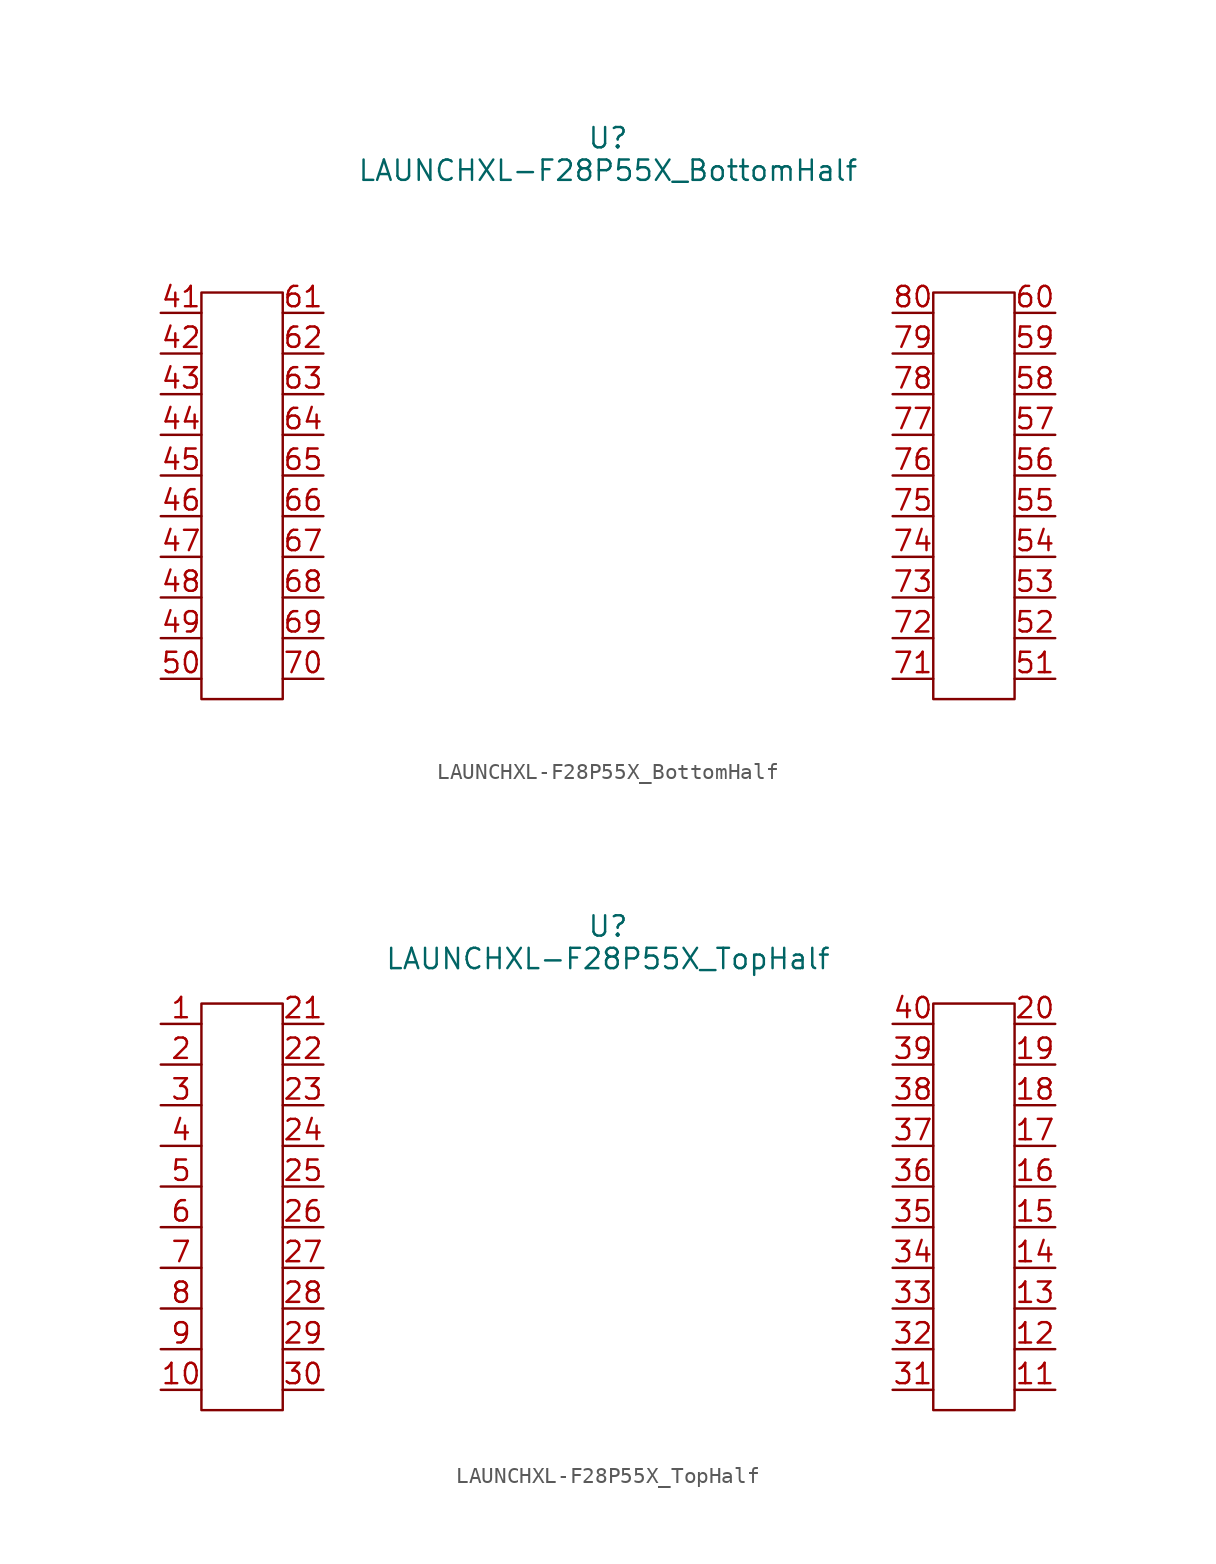
<source format=kicad_sym>
(kicad_symbol_lib
  (version 20241209)
  (generator "kicad_symbol_editor")
  (generator_version "9.0")
  (symbol "LAUNCHXL-F28P55X_BottomHalf"
    (property "Reference" "U"
      (at 0 16.002 0)
      (effects (font (size 1.27 1.27))))
    (property "Value" "LAUNCHXL-F28P55X_BottomHalf"
      (at 0 13.97 0)
      (effects (font (size 1.27 1.27))))
    (symbol "LAUNCHXL-F28P55X_BottomHalf_0_1"
      (rectangle (start -25.4 6.35) (end -20.32 -19.05) (stroke (width 0) (type default)) (fill (type none)))
      (rectangle (start 20.32 6.35) (end 25.4 -19.05) (stroke (width 0) (type default)) (fill (type none))))
    (symbol "LAUNCHXL-F28P55X_BottomHalf_1_1"
      (pin bidirectional line (at -27.94 5.08 0) (length 2.54) (name "" (effects (font (size 1.27 1.27)))) (number "41" (effects (font (size 1.27 1.27)))))
      (pin bidirectional line (at -27.94 2.54 0) (length 2.54) (name "" (effects (font (size 1.27 1.27)))) (number "42" (effects (font (size 1.27 1.27)))))
      (pin bidirectional line (at -27.94 0 0) (length 2.54) (name "" (effects (font (size 1.27 1.27)))) (number "43" (effects (font (size 1.27 1.27)))))
      (pin bidirectional line (at -27.94 -2.54 0) (length 2.54) (name "" (effects (font (size 1.27 1.27)))) (number "44" (effects (font (size 1.27 1.27)))))
      (pin bidirectional line (at -27.94 -5.08 0) (length 2.54) (name "" (effects (font (size 1.27 1.27)))) (number "45" (effects (font (size 1.27 1.27)))))
      (pin bidirectional line (at -27.94 -7.62 0) (length 2.54) (name "" (effects (font (size 1.27 1.27)))) (number "46" (effects (font (size 1.27 1.27)))))
      (pin bidirectional line (at -27.94 -10.16 0) (length 2.54) (name "" (effects (font (size 1.27 1.27)))) (number "47" (effects (font (size 1.27 1.27)))))
      (pin bidirectional line (at -27.94 -12.7 0) (length 2.54) (name "" (effects (font (size 1.27 1.27)))) (number "48" (effects (font (size 1.27 1.27)))))
      (pin bidirectional line (at -27.94 -15.24 0) (length 2.54) (name "" (effects (font (size 1.27 1.27)))) (number "49" (effects (font (size 1.27 1.27)))))
      (pin bidirectional line (at -27.94 -17.78 0) (length 2.54) (name "" (effects (font (size 1.27 1.27)))) (number "50" (effects (font (size 1.27 1.27)))))
      (pin bidirectional line (at -17.78 5.08 180) (length 2.54) (name "" (effects (font (size 1.27 1.27)))) (number "61" (effects (font (size 1.27 1.27)))))
      (pin bidirectional line (at -17.78 2.54 180) (length 2.54) (name "" (effects (font (size 1.27 1.27)))) (number "62" (effects (font (size 1.27 1.27)))))
      (pin bidirectional line (at -17.78 0 180) (length 2.54) (name "" (effects (font (size 1.27 1.27)))) (number "63" (effects (font (size 1.27 1.27)))))
      (pin bidirectional line (at -17.78 -2.54 180) (length 2.54) (name "" (effects (font (size 1.27 1.27)))) (number "64" (effects (font (size 1.27 1.27)))))
      (pin bidirectional line (at -17.78 -5.08 180) (length 2.54) (name "" (effects (font (size 1.27 1.27)))) (number "65" (effects (font (size 1.27 1.27)))))
      (pin bidirectional line (at -17.78 -7.62 180) (length 2.54) (name "" (effects (font (size 1.27 1.27)))) (number "66" (effects (font (size 1.27 1.27)))))
      (pin bidirectional line (at -17.78 -10.16 180) (length 2.54) (name "" (effects (font (size 1.27 1.27)))) (number "67" (effects (font (size 1.27 1.27)))))
      (pin bidirectional line (at -17.78 -12.7 180) (length 2.54) (name "" (effects (font (size 1.27 1.27)))) (number "68" (effects (font (size 1.27 1.27)))))
      (pin bidirectional line (at -17.78 -15.24 180) (length 2.54) (name "" (effects (font (size 1.27 1.27)))) (number "69" (effects (font (size 1.27 1.27)))))
      (pin bidirectional line (at -17.78 -17.78 180) (length 2.54) (name "" (effects (font (size 1.27 1.27)))) (number "70" (effects (font (size 1.27 1.27)))))
      (pin bidirectional line (at 17.78 5.08 0) (length 2.54) (name "" (effects (font (size 1.27 1.27)))) (number "80" (effects (font (size 1.27 1.27)))))
      (pin bidirectional line (at 17.78 2.54 0) (length 2.54) (name "" (effects (font (size 1.27 1.27)))) (number "79" (effects (font (size 1.27 1.27)))))
      (pin bidirectional line (at 17.78 0 0) (length 2.54) (name "" (effects (font (size 1.27 1.27)))) (number "78" (effects (font (size 1.27 1.27)))))
      (pin bidirectional line (at 17.78 -2.54 0) (length 2.54) (name "" (effects (font (size 1.27 1.27)))) (number "77" (effects (font (size 1.27 1.27)))))
      (pin bidirectional line (at 17.78 -5.08 0) (length 2.54) (name "" (effects (font (size 1.27 1.27)))) (number "76" (effects (font (size 1.27 1.27)))))
      (pin bidirectional line (at 17.78 -7.62 0) (length 2.54) (name "" (effects (font (size 1.27 1.27)))) (number "75" (effects (font (size 1.27 1.27)))))
      (pin bidirectional line (at 17.78 -10.16 0) (length 2.54) (name "" (effects (font (size 1.27 1.27)))) (number "74" (effects (font (size 1.27 1.27)))))
      (pin bidirectional line (at 17.78 -12.7 0) (length 2.54) (name "" (effects (font (size 1.27 1.27)))) (number "73" (effects (font (size 1.27 1.27)))))
      (pin bidirectional line (at 17.78 -15.24 0) (length 2.54) (name "" (effects (font (size 1.27 1.27)))) (number "72" (effects (font (size 1.27 1.27)))))
      (pin bidirectional line (at 17.78 -17.78 0) (length 2.54) (name "" (effects (font (size 1.27 1.27)))) (number "71" (effects (font (size 1.27 1.27)))))
      (pin bidirectional line (at 27.94 5.08 180) (length 2.54) (name "" (effects (font (size 1.27 1.27)))) (number "60" (effects (font (size 1.27 1.27)))))
      (pin bidirectional line (at 27.94 2.54 180) (length 2.54) (name "" (effects (font (size 1.27 1.27)))) (number "59" (effects (font (size 1.27 1.27)))))
      (pin bidirectional line (at 27.94 0 180) (length 2.54) (name "" (effects (font (size 1.27 1.27)))) (number "58" (effects (font (size 1.27 1.27)))))
      (pin bidirectional line (at 27.94 -2.54 180) (length 2.54) (name "" (effects (font (size 1.27 1.27)))) (number "57" (effects (font (size 1.27 1.27)))))
      (pin bidirectional line (at 27.94 -5.08 180) (length 2.54) (name "" (effects (font (size 1.27 1.27)))) (number "56" (effects (font (size 1.27 1.27)))))
      (pin bidirectional line (at 27.94 -7.62 180) (length 2.54) (name "" (effects (font (size 1.27 1.27)))) (number "55" (effects (font (size 1.27 1.27)))))
      (pin bidirectional line (at 27.94 -10.16 180) (length 2.54) (name "" (effects (font (size 1.27 1.27)))) (number "54" (effects (font (size 1.27 1.27)))))
      (pin bidirectional line (at 27.94 -12.7 180) (length 2.54) (name "" (effects (font (size 1.27 1.27)))) (number "53" (effects (font (size 1.27 1.27)))))
      (pin bidirectional line (at 27.94 -15.24 180) (length 2.54) (name "" (effects (font (size 1.27 1.27)))) (number "52" (effects (font (size 1.27 1.27)))))
      (pin bidirectional line (at 27.94 -17.78 180) (length 2.54) (name "" (effects (font (size 1.27 1.27)))) (number "51" (effects (font (size 1.27 1.27)))))))
  (symbol "LAUNCHXL-F28P55X_TopHalf"
    (property "Reference" "U"
      (at 1.27 16.256 0)
      (effects (font (size 1.27 1.27))))
    (property "Value" "LAUNCHXL-F28P55X_TopHalf"
      (at 1.27 14.224 0)
      (effects (font (size 1.27 1.27))))
    (symbol "LAUNCHXL-F28P55X_TopHalf_0_1"
      (rectangle (start -24.13 11.43) (end -19.05 -13.97) (stroke (width 0) (type default)) (fill (type none)))
      (rectangle (start 21.59 11.43) (end 26.67 -13.97) (stroke (width 0) (type default)) (fill (type none))))
    (symbol "LAUNCHXL-F28P55X_TopHalf_1_1"
      (pin bidirectional line (at -26.67 10.16 0) (length 2.54) (name "" (effects (font (size 1.27 1.27)))) (number "1" (effects (font (size 1.27 1.27)))))
      (pin bidirectional line (at -26.67 7.62 0) (length 2.54) (name "" (effects (font (size 1.27 1.27)))) (number "2" (effects (font (size 1.27 1.27)))))
      (pin bidirectional line (at -26.67 5.08 0) (length 2.54) (name "" (effects (font (size 1.27 1.27)))) (number "3" (effects (font (size 1.27 1.27)))))
      (pin bidirectional line (at -26.67 2.54 0) (length 2.54) (name "" (effects (font (size 1.27 1.27)))) (number "4" (effects (font (size 1.27 1.27)))))
      (pin bidirectional line (at -26.67 0 0) (length 2.54) (name "" (effects (font (size 1.27 1.27)))) (number "5" (effects (font (size 1.27 1.27)))))
      (pin bidirectional line (at -26.67 -2.54 0) (length 2.54) (name "" (effects (font (size 1.27 1.27)))) (number "6" (effects (font (size 1.27 1.27)))))
      (pin bidirectional line (at -26.67 -5.08 0) (length 2.54) (name "" (effects (font (size 1.27 1.27)))) (number "7" (effects (font (size 1.27 1.27)))))
      (pin bidirectional line (at -26.67 -7.62 0) (length 2.54) (name "" (effects (font (size 1.27 1.27)))) (number "8" (effects (font (size 1.27 1.27)))))
      (pin bidirectional line (at -26.67 -10.16 0) (length 2.54) (name "" (effects (font (size 1.27 1.27)))) (number "9" (effects (font (size 1.27 1.27)))))
      (pin bidirectional line (at -26.67 -12.7 0) (length 2.54) (name "" (effects (font (size 1.27 1.27)))) (number "10" (effects (font (size 1.27 1.27)))))
      (pin bidirectional line (at -16.51 10.16 180) (length 2.54) (name "" (effects (font (size 1.27 1.27)))) (number "21" (effects (font (size 1.27 1.27)))))
      (pin bidirectional line (at -16.51 7.62 180) (length 2.54) (name "" (effects (font (size 1.27 1.27)))) (number "22" (effects (font (size 1.27 1.27)))))
      (pin bidirectional line (at -16.51 5.08 180) (length 2.54) (name "" (effects (font (size 1.27 1.27)))) (number "23" (effects (font (size 1.27 1.27)))))
      (pin bidirectional line (at -16.51 2.54 180) (length 2.54) (name "" (effects (font (size 1.27 1.27)))) (number "24" (effects (font (size 1.27 1.27)))))
      (pin bidirectional line (at -16.51 0 180) (length 2.54) (name "" (effects (font (size 1.27 1.27)))) (number "25" (effects (font (size 1.27 1.27)))))
      (pin bidirectional line (at -16.51 -2.54 180) (length 2.54) (name "" (effects (font (size 1.27 1.27)))) (number "26" (effects (font (size 1.27 1.27)))))
      (pin bidirectional line (at -16.51 -5.08 180) (length 2.54) (name "" (effects (font (size 1.27 1.27)))) (number "27" (effects (font (size 1.27 1.27)))))
      (pin bidirectional line (at -16.51 -7.62 180) (length 2.54) (name "" (effects (font (size 1.27 1.27)))) (number "28" (effects (font (size 1.27 1.27)))))
      (pin bidirectional line (at -16.51 -10.16 180) (length 2.54) (name "" (effects (font (size 1.27 1.27)))) (number "29" (effects (font (size 1.27 1.27)))))
      (pin bidirectional line (at -16.51 -12.7 180) (length 2.54) (name "" (effects (font (size 1.27 1.27)))) (number "30" (effects (font (size 1.27 1.27)))))
      (pin bidirectional line (at 19.05 10.16 0) (length 2.54) (name "" (effects (font (size 1.27 1.27)))) (number "40" (effects (font (size 1.27 1.27)))))
      (pin bidirectional line (at 19.05 7.62 0) (length 2.54) (name "" (effects (font (size 1.27 1.27)))) (number "39" (effects (font (size 1.27 1.27)))))
      (pin bidirectional line (at 19.05 5.08 0) (length 2.54) (name "" (effects (font (size 1.27 1.27)))) (number "38" (effects (font (size 1.27 1.27)))))
      (pin bidirectional line (at 19.05 2.54 0) (length 2.54) (name "" (effects (font (size 1.27 1.27)))) (number "37" (effects (font (size 1.27 1.27)))))
      (pin bidirectional line (at 19.05 0 0) (length 2.54) (name "" (effects (font (size 1.27 1.27)))) (number "36" (effects (font (size 1.27 1.27)))))
      (pin bidirectional line (at 19.05 -2.54 0) (length 2.54) (name "" (effects (font (size 1.27 1.27)))) (number "35" (effects (font (size 1.27 1.27)))))
      (pin bidirectional line (at 19.05 -5.08 0) (length 2.54) (name "" (effects (font (size 1.27 1.27)))) (number "34" (effects (font (size 1.27 1.27)))))
      (pin bidirectional line (at 19.05 -7.62 0) (length 2.54) (name "" (effects (font (size 1.27 1.27)))) (number "33" (effects (font (size 1.27 1.27)))))
      (pin bidirectional line (at 19.05 -10.16 0) (length 2.54) (name "" (effects (font (size 1.27 1.27)))) (number "32" (effects (font (size 1.27 1.27)))))
      (pin bidirectional line (at 19.05 -12.7 0) (length 2.54) (name "" (effects (font (size 1.27 1.27)))) (number "31" (effects (font (size 1.27 1.27)))))
      (pin bidirectional line (at 29.21 10.16 180) (length 2.54) (name "" (effects (font (size 1.27 1.27)))) (number "20" (effects (font (size 1.27 1.27)))))
      (pin bidirectional line (at 29.21 7.62 180) (length 2.54) (name "" (effects (font (size 1.27 1.27)))) (number "19" (effects (font (size 1.27 1.27)))))
      (pin bidirectional line (at 29.21 5.08 180) (length 2.54) (name "" (effects (font (size 1.27 1.27)))) (number "18" (effects (font (size 1.27 1.27)))))
      (pin bidirectional line (at 29.21 2.54 180) (length 2.54) (name "" (effects (font (size 1.27 1.27)))) (number "17" (effects (font (size 1.27 1.27)))))
      (pin bidirectional line (at 29.21 0 180) (length 2.54) (name "" (effects (font (size 1.27 1.27)))) (number "16" (effects (font (size 1.27 1.27)))))
      (pin bidirectional line (at 29.21 -2.54 180) (length 2.54) (name "" (effects (font (size 1.27 1.27)))) (number "15" (effects (font (size 1.27 1.27)))))
      (pin bidirectional line (at 29.21 -5.08 180) (length 2.54) (name "" (effects (font (size 1.27 1.27)))) (number "14" (effects (font (size 1.27 1.27)))))
      (pin bidirectional line (at 29.21 -7.62 180) (length 2.54) (name "" (effects (font (size 1.27 1.27)))) (number "13" (effects (font (size 1.27 1.27)))))
      (pin bidirectional line (at 29.21 -10.16 180) (length 2.54) (name "" (effects (font (size 1.27 1.27)))) (number "12" (effects (font (size 1.27 1.27)))))
      (pin bidirectional line (at 29.21 -12.7 180) (length 2.54) (name "" (effects (font (size 1.27 1.27)))) (number "11" (effects (font (size 1.27 1.27))))))))
</source>
